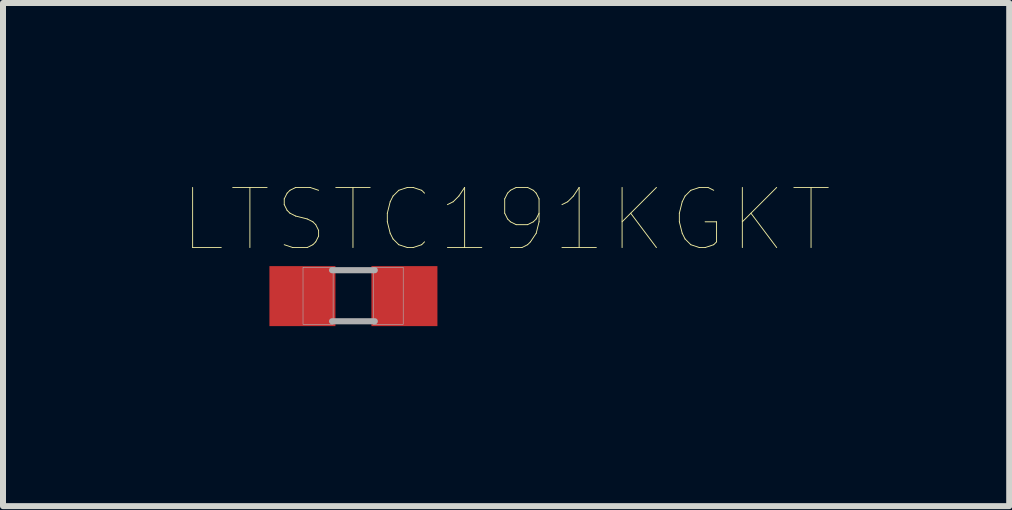
<source format=kicad_pcb>
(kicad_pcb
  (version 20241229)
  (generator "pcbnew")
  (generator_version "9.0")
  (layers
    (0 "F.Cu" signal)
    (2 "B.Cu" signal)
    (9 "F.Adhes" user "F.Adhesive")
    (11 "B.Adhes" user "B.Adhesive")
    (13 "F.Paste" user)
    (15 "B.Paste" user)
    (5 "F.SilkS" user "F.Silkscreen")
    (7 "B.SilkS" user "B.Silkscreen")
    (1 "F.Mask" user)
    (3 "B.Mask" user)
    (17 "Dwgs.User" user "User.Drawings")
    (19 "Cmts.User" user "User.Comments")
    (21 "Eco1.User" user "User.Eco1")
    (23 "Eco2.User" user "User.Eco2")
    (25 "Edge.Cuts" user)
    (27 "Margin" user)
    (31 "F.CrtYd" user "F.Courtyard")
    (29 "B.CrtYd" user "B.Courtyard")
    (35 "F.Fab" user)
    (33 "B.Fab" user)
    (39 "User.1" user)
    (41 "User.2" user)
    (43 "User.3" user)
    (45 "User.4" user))
  (footprint "LTSTC191KGKT"
    (layer "F.Cu")
    (at 2.84 1.885)
    (property "Reference" "LTSTC191KGKT" (at 2.545 -1.272 0) (layer "F.SilkS") (effects (font (size 1.002 1.002) (thickness 0.015))))
    (attr through_hole)
    (fp_line (start -0.356 -0.432) (end 0.356 -0.432) (stroke (width 0.102) (type solid)) (layer "F.Fab"))
    (fp_line (start -0.356 0.419) (end 0.356 0.419) (stroke (width 0.102) (type solid)) (layer "F.Fab"))
    (fp_poly (pts (xy -0.84 -0.48) (xy -0.338 -0.48) (xy -0.338 0.471) (xy -0.84 0.471)) (stroke (width 0.01) (type solid)) (fill no) (layer "F.Fab"))
    (fp_poly (pts (xy 0.331 -0.48) (xy 0.83 -0.48) (xy 0.83 0.471) (xy 0.331 0.471)) (stroke (width 0.01) (type solid)) (fill no) (layer "F.Fab"))
    (pad "1" smd rect (at -0.85 0) (size 1.1 1) (layers "F.Cu" "F.Mask" "F.Paste"))
    (pad "2" smd rect (at 0.85 0) (size 1.1 1) (layers "F.Cu" "F.Mask" "F.Paste")))
  (gr_rect
    (start -3 -3)
    (end 13.769 5.385)
    (stroke (width 0.1) (type default))
    (fill no)
    (layer "Edge.Cuts")))
</source>
